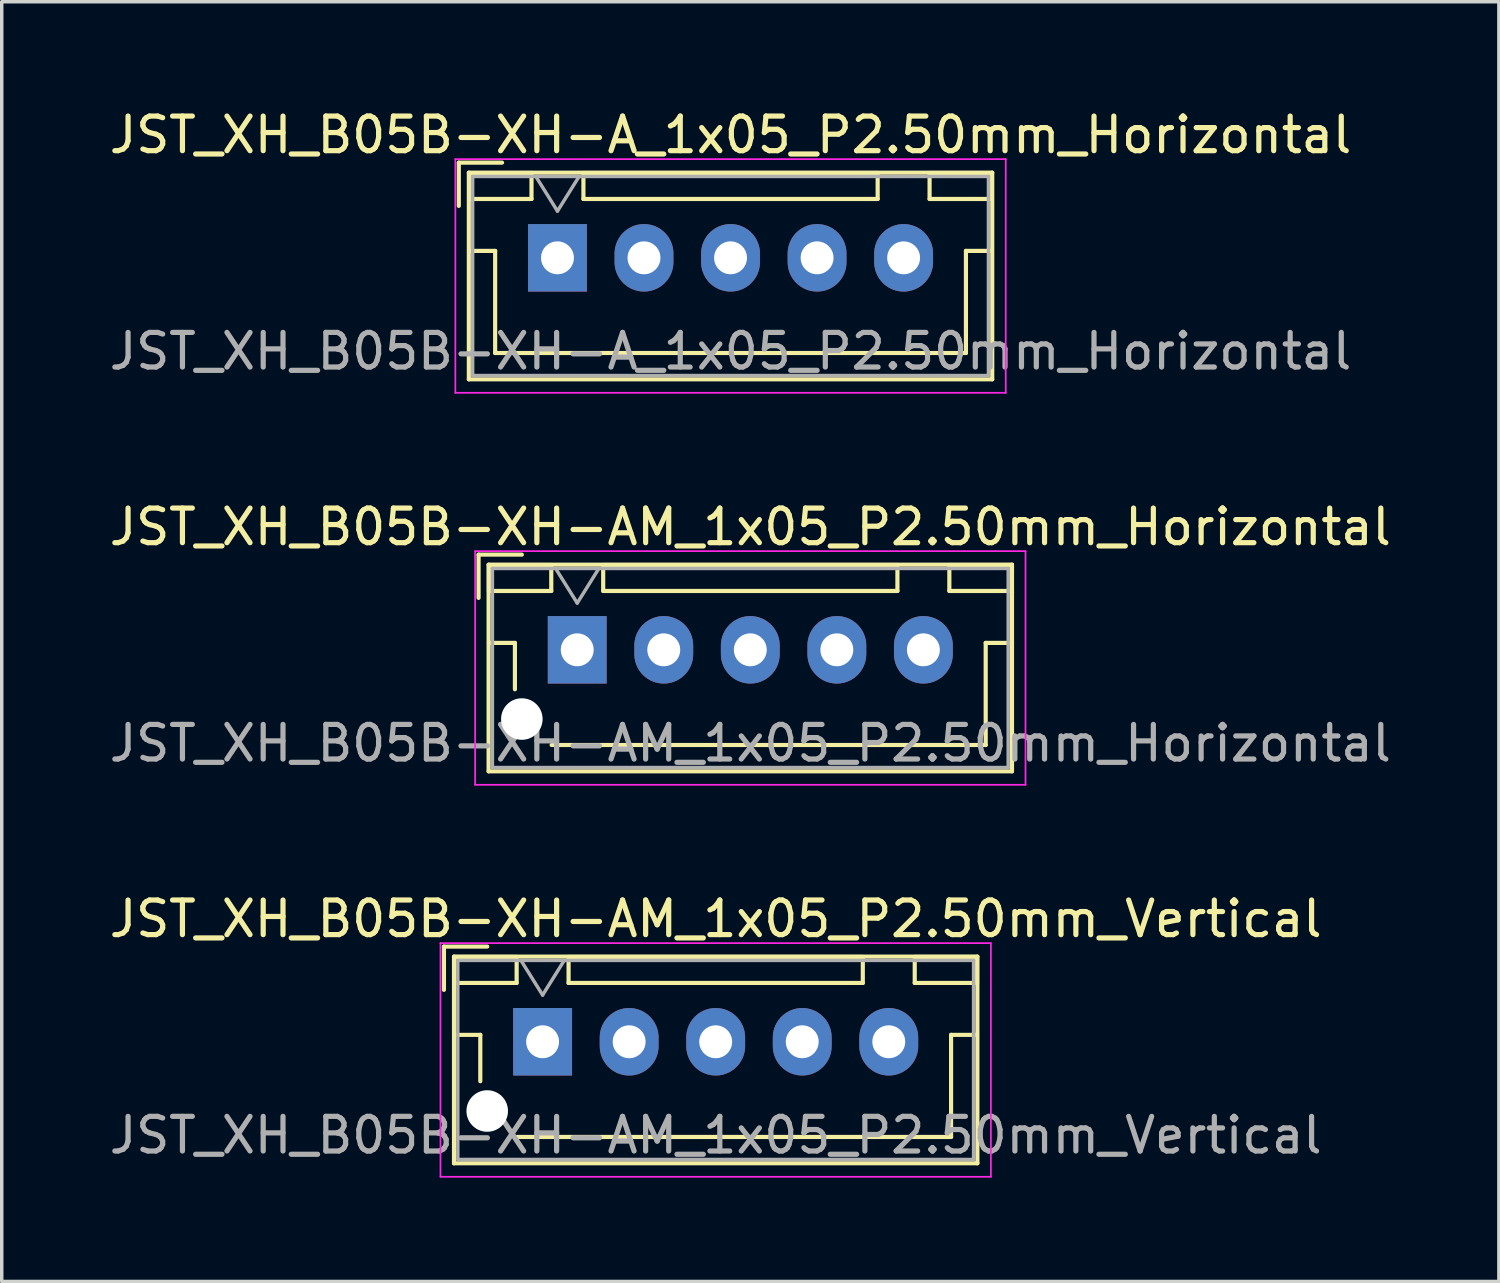
<source format=kicad_pcb>
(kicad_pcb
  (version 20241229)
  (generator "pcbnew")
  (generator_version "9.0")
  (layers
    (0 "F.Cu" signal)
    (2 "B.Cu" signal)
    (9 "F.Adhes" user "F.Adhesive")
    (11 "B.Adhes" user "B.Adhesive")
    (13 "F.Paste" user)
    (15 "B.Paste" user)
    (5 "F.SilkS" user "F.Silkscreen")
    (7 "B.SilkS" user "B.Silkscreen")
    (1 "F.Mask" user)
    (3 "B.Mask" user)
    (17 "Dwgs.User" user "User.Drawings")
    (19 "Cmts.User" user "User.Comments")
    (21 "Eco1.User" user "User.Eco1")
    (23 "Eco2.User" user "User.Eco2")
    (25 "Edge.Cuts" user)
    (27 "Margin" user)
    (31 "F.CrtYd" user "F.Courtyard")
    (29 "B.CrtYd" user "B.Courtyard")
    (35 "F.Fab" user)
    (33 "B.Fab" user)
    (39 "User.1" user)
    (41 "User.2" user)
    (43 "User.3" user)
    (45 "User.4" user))
  (footprint "JST_XH_B05B-XH-AM_1x05_P2.50mm_Vertical"
    (layer "F.Cu")
    (at 12.625 27.045)
    (property "Reference" "JST_XH_B05B-XH-AM_1x05_P2.50mm_Vertical" (at 5 -3.55 0) (layer "F.SilkS") (effects (font (size 1 1) (thickness 0.15))))
    (attr through_hole)
    (fp_line (start -2.85 -2.75) (end -2.85 -1.5) (stroke (width 0.12) (type solid)) (layer "F.SilkS"))
    (fp_line (start -2.56 -2.46) (end -2.56 3.51) (stroke (width 0.12) (type solid)) (layer "F.SilkS"))
    (fp_line (start -2.56 3.51) (end 12.56 3.51) (stroke (width 0.12) (type solid)) (layer "F.SilkS"))
    (fp_line (start -2.55 -2.45) (end -2.55 -1.7) (stroke (width 0.12) (type solid)) (layer "F.SilkS"))
    (fp_line (start -2.55 -1.7) (end -0.75 -1.7) (stroke (width 0.12) (type solid)) (layer "F.SilkS"))
    (fp_line (start -2.55 -0.2) (end -1.8 -0.2) (stroke (width 0.12) (type solid)) (layer "F.SilkS"))
    (fp_line (start -1.8 -0.2) (end -1.8 1.14) (stroke (width 0.12) (type solid)) (layer "F.SilkS"))
    (fp_line (start -1.6 -2.75) (end -2.85 -2.75) (stroke (width 0.12) (type solid)) (layer "F.SilkS"))
    (fp_line (start -0.75 -2.45) (end -2.55 -2.45) (stroke (width 0.12) (type solid)) (layer "F.SilkS"))
    (fp_line (start -0.75 -1.7) (end -0.75 -2.45) (stroke (width 0.12) (type solid)) (layer "F.SilkS"))
    (fp_line (start 0.75 -2.45) (end 0.75 -1.7) (stroke (width 0.12) (type solid)) (layer "F.SilkS"))
    (fp_line (start 0.75 -1.7) (end 9.25 -1.7) (stroke (width 0.12) (type solid)) (layer "F.SilkS"))
    (fp_line (start 5 2.75) (end -0.74 2.75) (stroke (width 0.12) (type solid)) (layer "F.SilkS"))
    (fp_line (start 9.25 -2.45) (end 0.75 -2.45) (stroke (width 0.12) (type solid)) (layer "F.SilkS"))
    (fp_line (start 9.25 -1.7) (end 9.25 -2.45) (stroke (width 0.12) (type solid)) (layer "F.SilkS"))
    (fp_line (start 10.75 -2.45) (end 10.75 -1.7) (stroke (width 0.12) (type solid)) (layer "F.SilkS"))
    (fp_line (start 10.75 -1.7) (end 12.55 -1.7) (stroke (width 0.12) (type solid)) (layer "F.SilkS"))
    (fp_line (start 11.8 -0.2) (end 11.8 2.75) (stroke (width 0.12) (type solid)) (layer "F.SilkS"))
    (fp_line (start 11.8 2.75) (end 5 2.75) (stroke (width 0.12) (type solid)) (layer "F.SilkS"))
    (fp_line (start 12.55 -2.45) (end 10.75 -2.45) (stroke (width 0.12) (type solid)) (layer "F.SilkS"))
    (fp_line (start 12.55 -1.7) (end 12.55 -2.45) (stroke (width 0.12) (type solid)) (layer "F.SilkS"))
    (fp_line (start 12.55 -0.2) (end 11.8 -0.2) (stroke (width 0.12) (type solid)) (layer "F.SilkS"))
    (fp_line (start 12.56 -2.46) (end -2.56 -2.46) (stroke (width 0.12) (type solid)) (layer "F.SilkS"))
    (fp_line (start 12.56 3.51) (end 12.56 -2.46) (stroke (width 0.12) (type solid)) (layer "F.SilkS"))
    (fp_line (start -2.95 -2.85) (end -2.95 3.9) (stroke (width 0.05) (type solid)) (layer "F.CrtYd"))
    (fp_line (start -2.95 3.9) (end 12.95 3.9) (stroke (width 0.05) (type solid)) (layer "F.CrtYd"))
    (fp_line (start 12.95 -2.85) (end -2.95 -2.85) (stroke (width 0.05) (type solid)) (layer "F.CrtYd"))
    (fp_line (start 12.95 3.9) (end 12.95 -2.85) (stroke (width 0.05) (type solid)) (layer "F.CrtYd"))
    (fp_line (start -2.45 -2.35) (end -2.45 3.4) (stroke (width 0.1) (type solid)) (layer "F.Fab"))
    (fp_line (start -2.45 3.4) (end 12.45 3.4) (stroke (width 0.1) (type solid)) (layer "F.Fab"))
    (fp_line (start -0.625 -2.35) (end 0 -1.35) (stroke (width 0.1) (type solid)) (layer "F.Fab"))
    (fp_line (start 0 -1.35) (end 0.625 -2.35) (stroke (width 0.1) (type solid)) (layer "F.Fab"))
    (fp_line (start 12.45 -2.35) (end -2.45 -2.35) (stroke (width 0.1) (type solid)) (layer "F.Fab"))
    (fp_line (start 12.45 3.4) (end 12.45 -2.35) (stroke (width 0.1) (type solid)) (layer "F.Fab"))
    (fp_text user "${REFERENCE}" (at 5 2.7 0) (layer "F.Fab") (effects (font (size 1 1) (thickness 0.15))))
    (pad "" np_thru_hole circle (at -1.6 2) (size 1.2 1.2) (drill 1.2) (layers "*.Cu" "*.Mask"))
    (pad "1" thru_hole rect (at 0 0) (size 1.7 1.95) (drill 0.95) (layers "*.Cu" "*.Mask"))
    (pad "2" thru_hole oval (at 2.5 0) (size 1.7 1.95) (drill 0.95) (layers "*.Cu" "*.Mask"))
    (pad "3" thru_hole oval (at 5 0) (size 1.7 1.95) (drill 0.95) (layers "*.Cu" "*.Mask"))
    (pad "4" thru_hole oval (at 7.5 0) (size 1.7 1.95) (drill 0.95) (layers "*.Cu" "*.Mask"))
    (pad "5" thru_hole oval (at 10 0) (size 1.7 1.95) (drill 0.95) (layers "*.Cu" "*.Mask")))
  (footprint "JST_XH_B05B-XH-A_1x05_P2.50mm_Horizontal"
    (layer "F.Cu")
    (at 13.054 4.398)
    (property "Reference" "JST_XH_B05B-XH-A_1x05_P2.50mm_Horizontal" (at 5 -3.55 0) (layer "F.SilkS") (effects (font (size 1 1) (thickness 0.15))))
    (attr through_hole)
    (fp_line (start -2.85 -2.75) (end -2.85 -1.5) (stroke (width 0.12) (type solid)) (layer "F.SilkS"))
    (fp_line (start -2.56 -2.46) (end -2.56 3.51) (stroke (width 0.12) (type solid)) (layer "F.SilkS"))
    (fp_line (start -2.56 3.51) (end 12.56 3.51) (stroke (width 0.12) (type solid)) (layer "F.SilkS"))
    (fp_line (start -2.55 -2.45) (end -2.55 -1.7) (stroke (width 0.12) (type solid)) (layer "F.SilkS"))
    (fp_line (start -2.55 -1.7) (end -0.75 -1.7) (stroke (width 0.12) (type solid)) (layer "F.SilkS"))
    (fp_line (start -2.55 -0.2) (end -1.8 -0.2) (stroke (width 0.12) (type solid)) (layer "F.SilkS"))
    (fp_line (start -1.8 -0.2) (end -1.8 2.75) (stroke (width 0.12) (type solid)) (layer "F.SilkS"))
    (fp_line (start -1.8 2.75) (end 5 2.75) (stroke (width 0.12) (type solid)) (layer "F.SilkS"))
    (fp_line (start -1.6 -2.75) (end -2.85 -2.75) (stroke (width 0.12) (type solid)) (layer "F.SilkS"))
    (fp_line (start -0.75 -2.45) (end -2.55 -2.45) (stroke (width 0.12) (type solid)) (layer "F.SilkS"))
    (fp_line (start -0.75 -1.7) (end -0.75 -2.45) (stroke (width 0.12) (type solid)) (layer "F.SilkS"))
    (fp_line (start 0.75 -2.45) (end 0.75 -1.7) (stroke (width 0.12) (type solid)) (layer "F.SilkS"))
    (fp_line (start 0.75 -1.7) (end 9.25 -1.7) (stroke (width 0.12) (type solid)) (layer "F.SilkS"))
    (fp_line (start 9.25 -2.45) (end 0.75 -2.45) (stroke (width 0.12) (type solid)) (layer "F.SilkS"))
    (fp_line (start 9.25 -1.7) (end 9.25 -2.45) (stroke (width 0.12) (type solid)) (layer "F.SilkS"))
    (fp_line (start 10.75 -2.45) (end 10.75 -1.7) (stroke (width 0.12) (type solid)) (layer "F.SilkS"))
    (fp_line (start 10.75 -1.7) (end 12.55 -1.7) (stroke (width 0.12) (type solid)) (layer "F.SilkS"))
    (fp_line (start 11.8 -0.2) (end 11.8 2.75) (stroke (width 0.12) (type solid)) (layer "F.SilkS"))
    (fp_line (start 11.8 2.75) (end 5 2.75) (stroke (width 0.12) (type solid)) (layer "F.SilkS"))
    (fp_line (start 12.55 -2.45) (end 10.75 -2.45) (stroke (width 0.12) (type solid)) (layer "F.SilkS"))
    (fp_line (start 12.55 -1.7) (end 12.55 -2.45) (stroke (width 0.12) (type solid)) (layer "F.SilkS"))
    (fp_line (start 12.55 -0.2) (end 11.8 -0.2) (stroke (width 0.12) (type solid)) (layer "F.SilkS"))
    (fp_line (start 12.56 -2.46) (end -2.56 -2.46) (stroke (width 0.12) (type solid)) (layer "F.SilkS"))
    (fp_line (start 12.56 3.51) (end 12.56 -2.46) (stroke (width 0.12) (type solid)) (layer "F.SilkS"))
    (fp_line (start -2.95 -2.85) (end -2.95 3.9) (stroke (width 0.05) (type solid)) (layer "F.CrtYd"))
    (fp_line (start -2.95 3.9) (end 12.95 3.9) (stroke (width 0.05) (type solid)) (layer "F.CrtYd"))
    (fp_line (start 12.95 -2.85) (end -2.95 -2.85) (stroke (width 0.05) (type solid)) (layer "F.CrtYd"))
    (fp_line (start 12.95 3.9) (end 12.95 -2.85) (stroke (width 0.05) (type solid)) (layer "F.CrtYd"))
    (fp_line (start -2.45 -2.35) (end -2.45 3.4) (stroke (width 0.1) (type solid)) (layer "F.Fab"))
    (fp_line (start -2.45 3.4) (end 12.45 3.4) (stroke (width 0.1) (type solid)) (layer "F.Fab"))
    (fp_line (start -0.625 -2.35) (end 0 -1.35) (stroke (width 0.1) (type solid)) (layer "F.Fab"))
    (fp_line (start 0 -1.35) (end 0.625 -2.35) (stroke (width 0.1) (type solid)) (layer "F.Fab"))
    (fp_line (start 12.45 -2.35) (end -2.45 -2.35) (stroke (width 0.1) (type solid)) (layer "F.Fab"))
    (fp_line (start 12.45 3.4) (end 12.45 -2.35) (stroke (width 0.1) (type solid)) (layer "F.Fab"))
    (fp_text user "${REFERENCE}" (at 5 2.7 0) (layer "F.Fab") (effects (font (size 1 1) (thickness 0.15))))
    (pad "1" thru_hole rect (at 0 0) (size 1.7 1.95) (drill 0.95) (layers "*.Cu" "*.Mask"))
    (pad "2" thru_hole oval (at 2.5 0) (size 1.7 1.95) (drill 0.95) (layers "*.Cu" "*.Mask"))
    (pad "3" thru_hole oval (at 5 0) (size 1.7 1.95) (drill 0.95) (layers "*.Cu" "*.Mask"))
    (pad "4" thru_hole oval (at 7.5 0) (size 1.7 1.95) (drill 0.95) (layers "*.Cu" "*.Mask"))
    (pad "5" thru_hole oval (at 10 0) (size 1.7 1.95) (drill 0.95) (layers "*.Cu" "*.Mask")))
  (footprint "JST_XH_B05B-XH-AM_1x05_P2.50mm_Horizontal"
    (layer "F.Cu")
    (at 13.625 15.722)
    (property "Reference" "JST_XH_B05B-XH-AM_1x05_P2.50mm_Horizontal" (at 5 -3.55 0) (layer "F.SilkS") (effects (font (size 1 1) (thickness 0.15))))
    (attr through_hole)
    (fp_line (start -2.85 -2.75) (end -2.85 -1.5) (stroke (width 0.12) (type solid)) (layer "F.SilkS"))
    (fp_line (start -2.56 -2.46) (end -2.56 3.51) (stroke (width 0.12) (type solid)) (layer "F.SilkS"))
    (fp_line (start -2.56 3.51) (end 12.56 3.51) (stroke (width 0.12) (type solid)) (layer "F.SilkS"))
    (fp_line (start -2.55 -2.45) (end -2.55 -1.7) (stroke (width 0.12) (type solid)) (layer "F.SilkS"))
    (fp_line (start -2.55 -1.7) (end -0.75 -1.7) (stroke (width 0.12) (type solid)) (layer "F.SilkS"))
    (fp_line (start -2.55 -0.2) (end -1.8 -0.2) (stroke (width 0.12) (type solid)) (layer "F.SilkS"))
    (fp_line (start -1.8 -0.2) (end -1.8 1.14) (stroke (width 0.12) (type solid)) (layer "F.SilkS"))
    (fp_line (start -1.6 -2.75) (end -2.85 -2.75) (stroke (width 0.12) (type solid)) (layer "F.SilkS"))
    (fp_line (start -0.75 -2.45) (end -2.55 -2.45) (stroke (width 0.12) (type solid)) (layer "F.SilkS"))
    (fp_line (start -0.75 -1.7) (end -0.75 -2.45) (stroke (width 0.12) (type solid)) (layer "F.SilkS"))
    (fp_line (start 0.75 -2.45) (end 0.75 -1.7) (stroke (width 0.12) (type solid)) (layer "F.SilkS"))
    (fp_line (start 0.75 -1.7) (end 9.25 -1.7) (stroke (width 0.12) (type solid)) (layer "F.SilkS"))
    (fp_line (start 5 2.75) (end -0.74 2.75) (stroke (width 0.12) (type solid)) (layer "F.SilkS"))
    (fp_line (start 9.25 -2.45) (end 0.75 -2.45) (stroke (width 0.12) (type solid)) (layer "F.SilkS"))
    (fp_line (start 9.25 -1.7) (end 9.25 -2.45) (stroke (width 0.12) (type solid)) (layer "F.SilkS"))
    (fp_line (start 10.75 -2.45) (end 10.75 -1.7) (stroke (width 0.12) (type solid)) (layer "F.SilkS"))
    (fp_line (start 10.75 -1.7) (end 12.55 -1.7) (stroke (width 0.12) (type solid)) (layer "F.SilkS"))
    (fp_line (start 11.8 -0.2) (end 11.8 2.75) (stroke (width 0.12) (type solid)) (layer "F.SilkS"))
    (fp_line (start 11.8 2.75) (end 5 2.75) (stroke (width 0.12) (type solid)) (layer "F.SilkS"))
    (fp_line (start 12.55 -2.45) (end 10.75 -2.45) (stroke (width 0.12) (type solid)) (layer "F.SilkS"))
    (fp_line (start 12.55 -1.7) (end 12.55 -2.45) (stroke (width 0.12) (type solid)) (layer "F.SilkS"))
    (fp_line (start 12.55 -0.2) (end 11.8 -0.2) (stroke (width 0.12) (type solid)) (layer "F.SilkS"))
    (fp_line (start 12.56 -2.46) (end -2.56 -2.46) (stroke (width 0.12) (type solid)) (layer "F.SilkS"))
    (fp_line (start 12.56 3.51) (end 12.56 -2.46) (stroke (width 0.12) (type solid)) (layer "F.SilkS"))
    (fp_line (start -2.95 -2.85) (end -2.95 3.9) (stroke (width 0.05) (type solid)) (layer "F.CrtYd"))
    (fp_line (start -2.95 3.9) (end 12.95 3.9) (stroke (width 0.05) (type solid)) (layer "F.CrtYd"))
    (fp_line (start 12.95 -2.85) (end -2.95 -2.85) (stroke (width 0.05) (type solid)) (layer "F.CrtYd"))
    (fp_line (start 12.95 3.9) (end 12.95 -2.85) (stroke (width 0.05) (type solid)) (layer "F.CrtYd"))
    (fp_line (start -2.45 -2.35) (end -2.45 3.4) (stroke (width 0.1) (type solid)) (layer "F.Fab"))
    (fp_line (start -2.45 3.4) (end 12.45 3.4) (stroke (width 0.1) (type solid)) (layer "F.Fab"))
    (fp_line (start -0.625 -2.35) (end 0 -1.35) (stroke (width 0.1) (type solid)) (layer "F.Fab"))
    (fp_line (start 0 -1.35) (end 0.625 -2.35) (stroke (width 0.1) (type solid)) (layer "F.Fab"))
    (fp_line (start 12.45 -2.35) (end -2.45 -2.35) (stroke (width 0.1) (type solid)) (layer "F.Fab"))
    (fp_line (start 12.45 3.4) (end 12.45 -2.35) (stroke (width 0.1) (type solid)) (layer "F.Fab"))
    (fp_text user "${REFERENCE}" (at 5 2.7 0) (layer "F.Fab") (effects (font (size 1 1) (thickness 0.15))))
    (pad "" np_thru_hole circle (at -1.6 2) (size 1.2 1.2) (drill 1.2) (layers "*.Cu" "*.Mask"))
    (pad "1" thru_hole rect (at 0 0) (size 1.7 1.95) (drill 0.95) (layers "*.Cu" "*.Mask"))
    (pad "2" thru_hole oval (at 2.5 0) (size 1.7 1.95) (drill 0.95) (layers "*.Cu" "*.Mask"))
    (pad "3" thru_hole oval (at 5 0) (size 1.7 1.95) (drill 0.95) (layers "*.Cu" "*.Mask"))
    (pad "4" thru_hole oval (at 7.5 0) (size 1.7 1.95) (drill 0.95) (layers "*.Cu" "*.Mask"))
    (pad "5" thru_hole oval (at 10 0) (size 1.7 1.95) (drill 0.95) (layers "*.Cu" "*.Mask")))
  (gr_rect
    (start -3 -3)
    (end 40.25 33.97)
    (stroke (width 0.1) (type default))
    (fill no)
    (layer "Edge.Cuts")))
</source>
